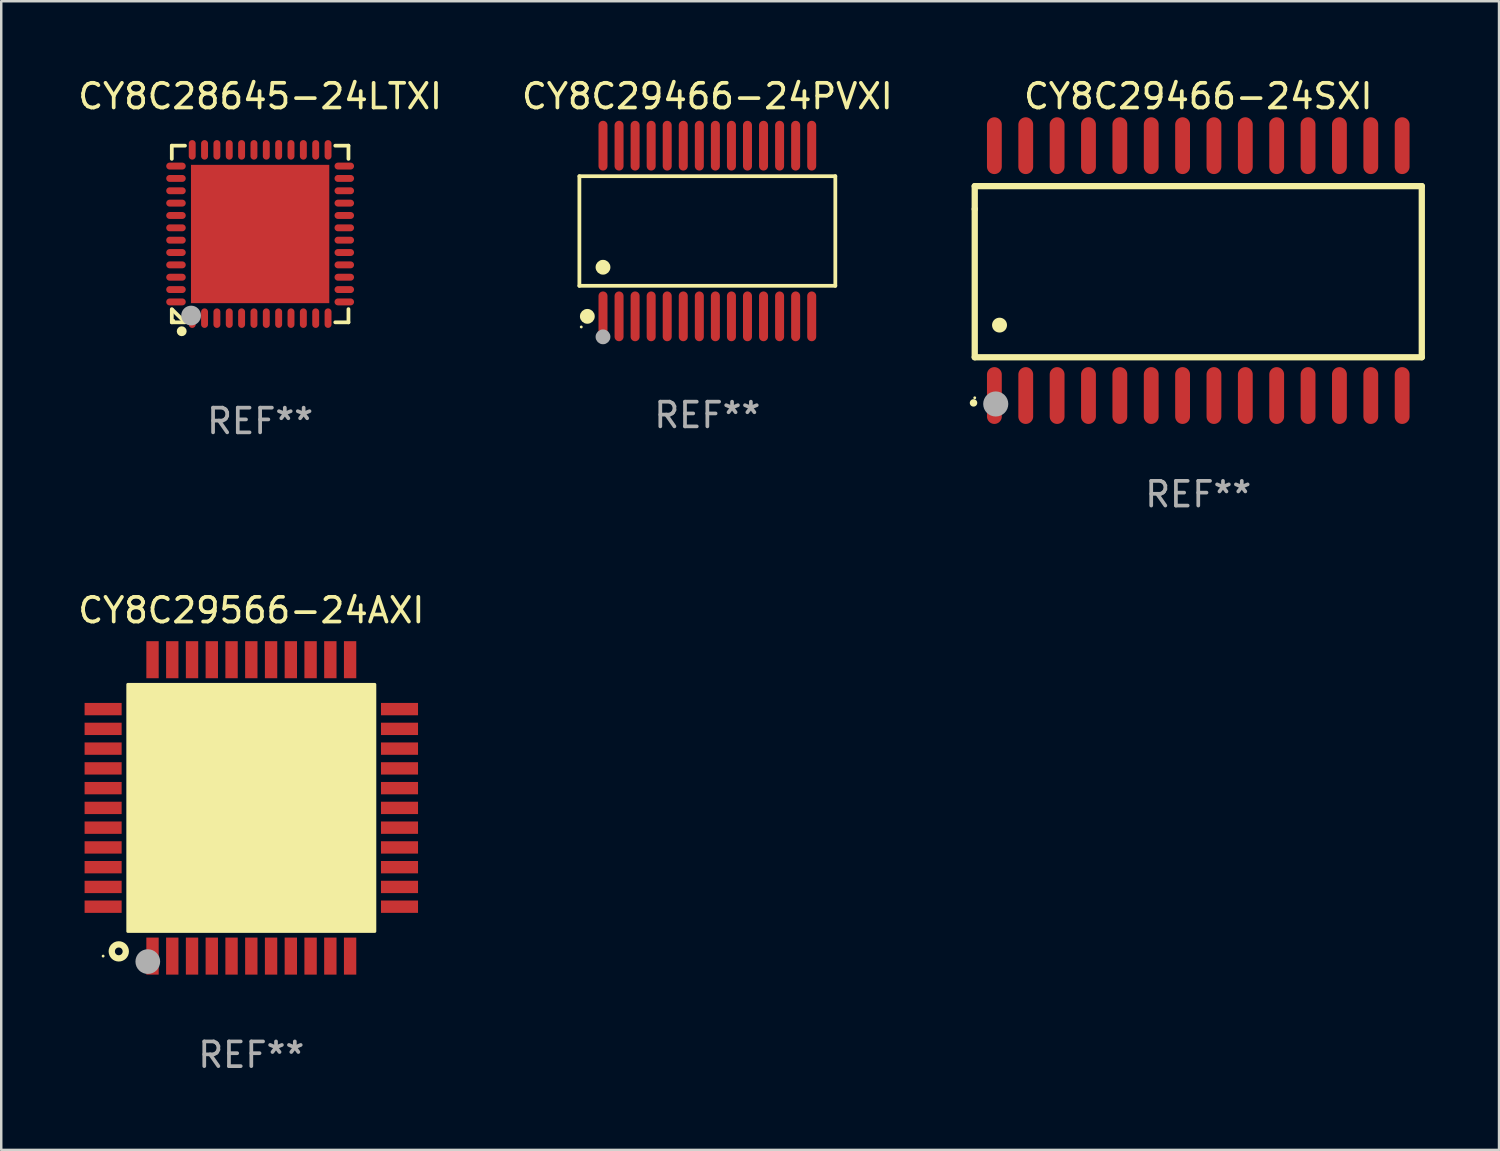
<source format=kicad_pcb>
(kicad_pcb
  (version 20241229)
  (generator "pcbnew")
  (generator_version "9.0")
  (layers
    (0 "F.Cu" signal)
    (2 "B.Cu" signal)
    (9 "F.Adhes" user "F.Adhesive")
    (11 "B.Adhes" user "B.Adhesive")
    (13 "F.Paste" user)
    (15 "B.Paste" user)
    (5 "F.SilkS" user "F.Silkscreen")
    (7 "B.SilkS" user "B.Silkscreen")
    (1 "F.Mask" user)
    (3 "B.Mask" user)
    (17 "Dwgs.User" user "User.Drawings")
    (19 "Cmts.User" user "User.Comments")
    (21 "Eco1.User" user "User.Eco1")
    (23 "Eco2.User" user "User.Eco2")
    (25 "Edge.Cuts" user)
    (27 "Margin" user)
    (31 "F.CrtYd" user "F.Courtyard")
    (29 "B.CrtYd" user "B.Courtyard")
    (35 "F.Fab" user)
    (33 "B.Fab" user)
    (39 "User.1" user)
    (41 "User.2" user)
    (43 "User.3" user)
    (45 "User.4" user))
  (footprint "CY8C29466-24PVXI"
    (layer "F.Cu")
    (at 25.589 6.303)
    (property "Reference" "CY8C29466-24PVXI" (at 0 -5.455 0) (layer "F.SilkS") (effects (font (size 1 1) (thickness 0.15))))
    (attr through_hole)
    (fp_line (start -5.181 -2.219) (end 5.181 -2.219) (stroke (width 0.152) (type solid)) (layer "F.SilkS"))
    (fp_line (start -5.181 2.219) (end -5.181 -2.219) (stroke (width 0.152) (type solid)) (layer "F.SilkS"))
    (fp_line (start 5.181 -2.219) (end 5.181 2.219) (stroke (width 0.152) (type solid)) (layer "F.SilkS"))
    (fp_line (start 5.181 2.219) (end -5.181 2.219) (stroke (width 0.152) (type solid)) (layer "F.SilkS"))
    (fp_circle (center -5.105 3.885) (end -5.075 3.885) (stroke (width 0.06) (type solid)) (fill no) (layer "F.SilkS"))
    (fp_circle (center -4.859 3.455) (end -4.709 3.455) (stroke (width 0.3) (type solid)) (fill no) (layer "F.SilkS"))
    (fp_circle (center -4.225 1.467) (end -4.075 1.467) (stroke (width 0.3) (type solid)) (fill no) (layer "F.SilkS"))
    (fp_circle (center -4.225 4.285) (end -4.075 4.285) (stroke (width 0.3) (type solid)) (fill no) (layer "F.Fab"))
    (fp_text user "REF**" (at 0 7.455 0) (layer "F.Fab") (effects (font (size 1 1) (thickness 0.15))))
    (pad "1" smd oval (at -4.225 3.455) (size 0.364 2.015) (layers "F.Cu" "F.Mask" "F.Paste"))
    (pad "2" smd oval (at -3.575 3.455) (size 0.364 2.015) (layers "F.Cu" "F.Mask" "F.Paste"))
    (pad "3" smd oval (at -2.925 3.455) (size 0.364 2.015) (layers "F.Cu" "F.Mask" "F.Paste"))
    (pad "4" smd oval (at -2.275 3.455) (size 0.364 2.015) (layers "F.Cu" "F.Mask" "F.Paste"))
    (pad "5" smd oval (at -1.625 3.455) (size 0.364 2.015) (layers "F.Cu" "F.Mask" "F.Paste"))
    (pad "6" smd oval (at -0.975 3.455) (size 0.364 2.015) (layers "F.Cu" "F.Mask" "F.Paste"))
    (pad "7" smd oval (at -0.325 3.455) (size 0.364 2.015) (layers "F.Cu" "F.Mask" "F.Paste"))
    (pad "8" smd oval (at 0.325 3.455) (size 0.364 2.015) (layers "F.Cu" "F.Mask" "F.Paste"))
    (pad "9" smd oval (at 0.975 3.455) (size 0.364 2.015) (layers "F.Cu" "F.Mask" "F.Paste"))
    (pad "10" smd oval (at 1.625 3.455) (size 0.364 2.015) (layers "F.Cu" "F.Mask" "F.Paste"))
    (pad "11" smd oval (at 2.275 3.455) (size 0.364 2.015) (layers "F.Cu" "F.Mask" "F.Paste"))
    (pad "12" smd oval (at 2.925 3.455) (size 0.364 2.015) (layers "F.Cu" "F.Mask" "F.Paste"))
    (pad "13" smd oval (at 3.575 3.455) (size 0.364 2.015) (layers "F.Cu" "F.Mask" "F.Paste"))
    (pad "14" smd oval (at 4.225 3.455) (size 0.364 2.015) (layers "F.Cu" "F.Mask" "F.Paste"))
    (pad "15" smd oval (at 4.225 -3.455) (size 0.364 2.015) (layers "F.Cu" "F.Mask" "F.Paste"))
    (pad "16" smd oval (at 3.575 -3.455) (size 0.364 2.015) (layers "F.Cu" "F.Mask" "F.Paste"))
    (pad "17" smd oval (at 2.925 -3.455) (size 0.364 2.015) (layers "F.Cu" "F.Mask" "F.Paste"))
    (pad "18" smd oval (at 2.275 -3.455) (size 0.364 2.015) (layers "F.Cu" "F.Mask" "F.Paste"))
    (pad "19" smd oval (at 1.625 -3.455) (size 0.364 2.015) (layers "F.Cu" "F.Mask" "F.Paste"))
    (pad "20" smd oval (at 0.975 -3.455) (size 0.364 2.015) (layers "F.Cu" "F.Mask" "F.Paste"))
    (pad "21" smd oval (at 0.325 -3.455) (size 0.364 2.015) (layers "F.Cu" "F.Mask" "F.Paste"))
    (pad "22" smd oval (at -0.325 -3.455) (size 0.364 2.015) (layers "F.Cu" "F.Mask" "F.Paste"))
    (pad "23" smd oval (at -0.975 -3.455) (size 0.364 2.015) (layers "F.Cu" "F.Mask" "F.Paste"))
    (pad "24" smd oval (at -1.625 -3.455) (size 0.364 2.015) (layers "F.Cu" "F.Mask" "F.Paste"))
    (pad "25" smd oval (at -2.275 -3.455) (size 0.364 2.015) (layers "F.Cu" "F.Mask" "F.Paste"))
    (pad "26" smd oval (at -2.925 -3.455) (size 0.364 2.015) (layers "F.Cu" "F.Mask" "F.Paste"))
    (pad "27" smd oval (at -3.575 -3.455) (size 0.364 2.015) (layers "F.Cu" "F.Mask" "F.Paste"))
    (pad "28" smd oval (at -4.225 -3.455) (size 0.364 2.015) (layers "F.Cu" "F.Mask" "F.Paste")))
  (footprint "CY8C28645-24LTXI"
    (layer "F.Cu")
    (at 7.482 6.424)
    (property "Reference" "CY8C28645-24LTXI" (at 0 -5.576 0) (layer "F.SilkS") (effects (font (size 1 1) (thickness 0.15))))
    (attr through_hole)
    (fp_line (start -3.576 -3.576) (end -3.576 -3.042) (stroke (width 0.152) (type solid)) (layer "F.SilkS"))
    (fp_line (start -3.576 3.576) (end -3.576 3.042) (stroke (width 0.152) (type solid)) (layer "F.SilkS"))
    (fp_line (start -3.069 3.549) (end -3.549 3.069) (stroke (width 0.152) (type solid)) (layer "F.SilkS"))
    (fp_line (start -3.042 -3.576) (end -3.576 -3.576) (stroke (width 0.152) (type solid)) (layer "F.SilkS"))
    (fp_line (start -3.042 3.576) (end -3.576 3.576) (stroke (width 0.152) (type solid)) (layer "F.SilkS"))
    (fp_line (start 3.042 -3.576) (end 3.576 -3.576) (stroke (width 0.152) (type solid)) (layer "F.SilkS"))
    (fp_line (start 3.042 3.576) (end 3.576 3.576) (stroke (width 0.152) (type solid)) (layer "F.SilkS"))
    (fp_line (start 3.576 -3.576) (end 3.576 -3.042) (stroke (width 0.152) (type solid)) (layer "F.SilkS"))
    (fp_line (start 3.576 3.576) (end 3.576 3.042) (stroke (width 0.152) (type solid)) (layer "F.SilkS"))
    (fp_circle (center -3.5 3.5) (end -3.47 3.5) (stroke (width 0.06) (type solid)) (fill no) (layer "F.SilkS"))
    (fp_circle (center -3.175 3.937) (end -3.075 3.937) (stroke (width 0.2) (type solid)) (fill no) (layer "F.SilkS"))
    (fp_circle (center -2.794 3.302) (end -2.594 3.302) (stroke (width 0.4) (type solid)) (fill no) (layer "F.Fab"))
    (fp_text user "REF**" (at 0 7.576 0) (layer "F.Fab") (effects (font (size 1 1) (thickness 0.15))))
    (pad "1" smd oval (at -2.75 3.407) (size 0.28 0.79) (layers "F.Cu" "F.Mask" "F.Paste"))
    (pad "2" smd oval (at -2.25 3.407) (size 0.28 0.79) (layers "F.Cu" "F.Mask" "F.Paste"))
    (pad "3" smd oval (at -1.75 3.407) (size 0.28 0.79) (layers "F.Cu" "F.Mask" "F.Paste"))
    (pad "4" smd oval (at -1.25 3.407) (size 0.28 0.79) (layers "F.Cu" "F.Mask" "F.Paste"))
    (pad "5" smd oval (at -0.75 3.407) (size 0.28 0.79) (layers "F.Cu" "F.Mask" "F.Paste"))
    (pad "6" smd oval (at -0.25 3.407) (size 0.28 0.79) (layers "F.Cu" "F.Mask" "F.Paste"))
    (pad "7" smd oval (at 0.25 3.407) (size 0.28 0.79) (layers "F.Cu" "F.Mask" "F.Paste"))
    (pad "8" smd oval (at 0.75 3.407) (size 0.28 0.79) (layers "F.Cu" "F.Mask" "F.Paste"))
    (pad "9" smd oval (at 1.25 3.407) (size 0.28 0.79) (layers "F.Cu" "F.Mask" "F.Paste"))
    (pad "10" smd oval (at 1.75 3.407) (size 0.28 0.79) (layers "F.Cu" "F.Mask" "F.Paste"))
    (pad "11" smd oval (at 2.25 3.407) (size 0.28 0.79) (layers "F.Cu" "F.Mask" "F.Paste"))
    (pad "12" smd oval (at 2.75 3.407) (size 0.28 0.79) (layers "F.Cu" "F.Mask" "F.Paste"))
    (pad "13" smd oval (at 3.407 2.75) (size 0.79 0.28) (layers "F.Cu" "F.Mask" "F.Paste"))
    (pad "14" smd oval (at 3.407 2.25) (size 0.79 0.28) (layers "F.Cu" "F.Mask" "F.Paste"))
    (pad "15" smd oval (at 3.407 1.75) (size 0.79 0.28) (layers "F.Cu" "F.Mask" "F.Paste"))
    (pad "16" smd oval (at 3.407 1.25) (size 0.79 0.28) (layers "F.Cu" "F.Mask" "F.Paste"))
    (pad "17" smd oval (at 3.407 0.75) (size 0.79 0.28) (layers "F.Cu" "F.Mask" "F.Paste"))
    (pad "18" smd oval (at 3.407 0.25) (size 0.79 0.28) (layers "F.Cu" "F.Mask" "F.Paste"))
    (pad "19" smd oval (at 3.407 -0.25) (size 0.79 0.28) (layers "F.Cu" "F.Mask" "F.Paste"))
    (pad "20" smd oval (at 3.407 -0.75) (size 0.79 0.28) (layers "F.Cu" "F.Mask" "F.Paste"))
    (pad "21" smd oval (at 3.407 -1.25) (size 0.79 0.28) (layers "F.Cu" "F.Mask" "F.Paste"))
    (pad "22" smd oval (at 3.407 -1.75) (size 0.79 0.28) (layers "F.Cu" "F.Mask" "F.Paste"))
    (pad "23" smd oval (at 3.407 -2.25) (size 0.79 0.28) (layers "F.Cu" "F.Mask" "F.Paste"))
    (pad "24" smd oval (at 3.407 -2.75) (size 0.79 0.28) (layers "F.Cu" "F.Mask" "F.Paste"))
    (pad "25" smd oval (at 2.75 -3.407) (size 0.28 0.79) (layers "F.Cu" "F.Mask" "F.Paste"))
    (pad "26" smd oval (at 2.25 -3.407) (size 0.28 0.79) (layers "F.Cu" "F.Mask" "F.Paste"))
    (pad "27" smd oval (at 1.75 -3.407) (size 0.28 0.79) (layers "F.Cu" "F.Mask" "F.Paste"))
    (pad "28" smd oval (at 1.25 -3.407) (size 0.28 0.79) (layers "F.Cu" "F.Mask" "F.Paste"))
    (pad "29" smd oval (at 0.75 -3.407) (size 0.28 0.79) (layers "F.Cu" "F.Mask" "F.Paste"))
    (pad "30" smd oval (at 0.25 -3.407) (size 0.28 0.79) (layers "F.Cu" "F.Mask" "F.Paste"))
    (pad "31" smd oval (at -0.25 -3.407) (size 0.28 0.79) (layers "F.Cu" "F.Mask" "F.Paste"))
    (pad "32" smd oval (at -0.75 -3.407) (size 0.28 0.79) (layers "F.Cu" "F.Mask" "F.Paste"))
    (pad "33" smd oval (at -1.25 -3.407) (size 0.28 0.79) (layers "F.Cu" "F.Mask" "F.Paste"))
    (pad "34" smd oval (at -1.75 -3.407) (size 0.28 0.79) (layers "F.Cu" "F.Mask" "F.Paste"))
    (pad "35" smd oval (at -2.25 -3.407) (size 0.28 0.79) (layers "F.Cu" "F.Mask" "F.Paste"))
    (pad "36" smd oval (at -2.75 -3.407) (size 0.28 0.79) (layers "F.Cu" "F.Mask" "F.Paste"))
    (pad "37" smd oval (at -3.407 -2.75) (size 0.79 0.28) (layers "F.Cu" "F.Mask" "F.Paste"))
    (pad "38" smd oval (at -3.407 -2.25) (size 0.79 0.28) (layers "F.Cu" "F.Mask" "F.Paste"))
    (pad "39" smd oval (at -3.407 -1.75) (size 0.79 0.28) (layers "F.Cu" "F.Mask" "F.Paste"))
    (pad "40" smd oval (at -3.407 -1.25) (size 0.79 0.28) (layers "F.Cu" "F.Mask" "F.Paste"))
    (pad "41" smd oval (at -3.407 -0.75) (size 0.79 0.28) (layers "F.Cu" "F.Mask" "F.Paste"))
    (pad "42" smd oval (at -3.407 -0.25) (size 0.79 0.28) (layers "F.Cu" "F.Mask" "F.Paste"))
    (pad "43" smd oval (at -3.407 0.25) (size 0.79 0.28) (layers "F.Cu" "F.Mask" "F.Paste"))
    (pad "44" smd oval (at -3.407 0.75) (size 0.79 0.28) (layers "F.Cu" "F.Mask" "F.Paste"))
    (pad "45" smd oval (at -3.407 1.25) (size 0.79 0.28) (layers "F.Cu" "F.Mask" "F.Paste"))
    (pad "46" smd oval (at -3.407 1.75) (size 0.79 0.28) (layers "F.Cu" "F.Mask" "F.Paste"))
    (pad "47" smd oval (at -3.407 2.25) (size 0.79 0.28) (layers "F.Cu" "F.Mask" "F.Paste"))
    (pad "48" smd oval (at -3.407 2.75) (size 0.79 0.28) (layers "F.Cu" "F.Mask" "F.Paste"))
    (pad "49" smd rect (at 0 0) (size 5.6 5.6) (layers "F.Cu" "F.Mask" "F.Paste")))
  (footprint "CY8C29566-24AXI"
    (layer "F.Cu")
    (at 7.125 29.66)
    (property "Reference" "CY8C29566-24AXI" (at 0 -8 0) (layer "F.SilkS") (effects (font (size 1 1) (thickness 0.15))))
    (attr through_hole)
    (fp_circle (center -6 6) (end -5.97 6) (stroke (width 0.06) (type solid)) (fill no) (layer "F.SilkS"))
    (fp_circle (center -5.366 5.809) (end -5.082 5.809) (stroke (width 0.254) (type solid)) (fill no) (layer "F.SilkS"))
    (fp_poly (pts (xy -5 -5) (xy 5 -5) (xy 5 5) (xy -5 5)) (stroke (width 0.12) (type solid)) (fill yes) (layer "F.SilkS"))
    (fp_circle (center -4.191 6.223) (end -3.941 6.223) (stroke (width 0.5) (type solid)) (fill no) (layer "F.Fab"))
    (fp_text user "REF**" (at 0 10 0) (layer "F.Fab") (effects (font (size 1 1) (thickness 0.15))))
    (pad "1" smd rect (at -4 6 90) (size 1.5 0.5) (layers "F.Cu" "F.Mask" "F.Paste"))
    (pad "2" smd rect (at -3.2 6 90) (size 1.5 0.5) (layers "F.Cu" "F.Mask" "F.Paste"))
    (pad "3" smd rect (at -2.4 6 90) (size 1.5 0.5) (layers "F.Cu" "F.Mask" "F.Paste"))
    (pad "4" smd rect (at -1.6 6 90) (size 1.5 0.5) (layers "F.Cu" "F.Mask" "F.Paste"))
    (pad "5" smd rect (at -0.8 6 90) (size 1.5 0.5) (layers "F.Cu" "F.Mask" "F.Paste"))
    (pad "6" smd rect (at 0 6 90) (size 1.5 0.5) (layers "F.Cu" "F.Mask" "F.Paste"))
    (pad "7" smd rect (at 0.8 6 90) (size 1.5 0.5) (layers "F.Cu" "F.Mask" "F.Paste"))
    (pad "8" smd rect (at 1.6 6 90) (size 1.5 0.5) (layers "F.Cu" "F.Mask" "F.Paste"))
    (pad "9" smd rect (at 2.4 6 90) (size 1.5 0.5) (layers "F.Cu" "F.Mask" "F.Paste"))
    (pad "10" smd rect (at 3.2 6 90) (size 1.5 0.5) (layers "F.Cu" "F.Mask" "F.Paste"))
    (pad "11" smd rect (at 4 6 90) (size 1.5 0.5) (layers "F.Cu" "F.Mask" "F.Paste"))
    (pad "12" smd rect (at 6 4 180) (size 1.5 0.5) (layers "F.Cu" "F.Mask" "F.Paste"))
    (pad "13" smd rect (at 6 3.2 180) (size 1.5 0.5) (layers "F.Cu" "F.Mask" "F.Paste"))
    (pad "14" smd rect (at 6 2.4 180) (size 1.5 0.5) (layers "F.Cu" "F.Mask" "F.Paste"))
    (pad "15" smd rect (at 6 1.6 180) (size 1.5 0.5) (layers "F.Cu" "F.Mask" "F.Paste"))
    (pad "16" smd rect (at 6 0.8 180) (size 1.5 0.5) (layers "F.Cu" "F.Mask" "F.Paste"))
    (pad "17" smd rect (at 6 0 180) (size 1.5 0.5) (layers "F.Cu" "F.Mask" "F.Paste"))
    (pad "18" smd rect (at 6 -0.8 180) (size 1.5 0.5) (layers "F.Cu" "F.Mask" "F.Paste"))
    (pad "19" smd rect (at 6 -1.6 180) (size 1.5 0.5) (layers "F.Cu" "F.Mask" "F.Paste"))
    (pad "20" smd rect (at 6 -2.4 180) (size 1.5 0.5) (layers "F.Cu" "F.Mask" "F.Paste"))
    (pad "21" smd rect (at 6 -3.2 180) (size 1.5 0.5) (layers "F.Cu" "F.Mask" "F.Paste"))
    (pad "22" smd rect (at 6 -4 180) (size 1.5 0.5) (layers "F.Cu" "F.Mask" "F.Paste"))
    (pad "23" smd rect (at 4 -6 270) (size 1.5 0.5) (layers "F.Cu" "F.Mask" "F.Paste"))
    (pad "24" smd rect (at 3.2 -6 270) (size 1.5 0.5) (layers "F.Cu" "F.Mask" "F.Paste"))
    (pad "25" smd rect (at 2.4 -6 270) (size 1.5 0.5) (layers "F.Cu" "F.Mask" "F.Paste"))
    (pad "26" smd rect (at 1.6 -6 270) (size 1.5 0.5) (layers "F.Cu" "F.Mask" "F.Paste"))
    (pad "27" smd rect (at 0.8 -6 270) (size 1.5 0.5) (layers "F.Cu" "F.Mask" "F.Paste"))
    (pad "28" smd rect (at 0 -6 270) (size 1.5 0.5) (layers "F.Cu" "F.Mask" "F.Paste"))
    (pad "29" smd rect (at -0.8 -6 270) (size 1.5 0.5) (layers "F.Cu" "F.Mask" "F.Paste"))
    (pad "30" smd rect (at -1.6 -6 270) (size 1.5 0.5) (layers "F.Cu" "F.Mask" "F.Paste"))
    (pad "31" smd rect (at -2.4 -6 270) (size 1.5 0.5) (layers "F.Cu" "F.Mask" "F.Paste"))
    (pad "32" smd rect (at -3.2 -6 270) (size 1.5 0.5) (layers "F.Cu" "F.Mask" "F.Paste"))
    (pad "33" smd rect (at -4 -6 270) (size 1.5 0.5) (layers "F.Cu" "F.Mask" "F.Paste"))
    (pad "34" smd rect (at -6 -4) (size 1.5 0.5) (layers "F.Cu" "F.Mask" "F.Paste"))
    (pad "35" smd rect (at -6 -3.2) (size 1.5 0.5) (layers "F.Cu" "F.Mask" "F.Paste"))
    (pad "36" smd rect (at -6 -2.4) (size 1.5 0.5) (layers "F.Cu" "F.Mask" "F.Paste"))
    (pad "37" smd rect (at -6 -1.6) (size 1.5 0.5) (layers "F.Cu" "F.Mask" "F.Paste"))
    (pad "38" smd rect (at -6 -0.8) (size 1.5 0.5) (layers "F.Cu" "F.Mask" "F.Paste"))
    (pad "39" smd rect (at -6 0) (size 1.5 0.5) (layers "F.Cu" "F.Mask" "F.Paste"))
    (pad "40" smd rect (at -6 0.8) (size 1.5 0.5) (layers "F.Cu" "F.Mask" "F.Paste"))
    (pad "41" smd rect (at -6 1.6) (size 1.5 0.5) (layers "F.Cu" "F.Mask" "F.Paste"))
    (pad "42" smd rect (at -6 2.4) (size 1.5 0.5) (layers "F.Cu" "F.Mask" "F.Paste"))
    (pad "43" smd rect (at -6 3.2) (size 1.5 0.5) (layers "F.Cu" "F.Mask" "F.Paste"))
    (pad "44" smd rect (at -6 4) (size 1.5 0.5) (layers "F.Cu" "F.Mask" "F.Paste")))
  (footprint "CY8C29466-24SXI"
    (layer "F.Cu")
    (at 45.465 7.906)
    (property "Reference" "CY8C29466-24SXI" (at 0 -7.058 0) (layer "F.SilkS") (effects (font (size 1 1) (thickness 0.15))))
    (attr through_hole)
    (fp_line (start -9.05 -3.42) (end 9.05 -3.42) (stroke (width 0.254) (type solid)) (layer "F.SilkS"))
    (fp_line (start -9.05 -2.492) (end -9.05 -3.42) (stroke (width 0.254) (type solid)) (layer "F.SilkS"))
    (fp_line (start -9.05 3.508) (end -9.05 -2.492) (stroke (width 0.254) (type solid)) (layer "F.SilkS"))
    (fp_line (start 9.05 -3.42) (end 9.05 3.508) (stroke (width 0.254) (type solid)) (layer "F.SilkS"))
    (fp_line (start 9.05 3.508) (end -9.05 3.508) (stroke (width 0.254) (type solid)) (layer "F.SilkS"))
    (fp_arc (start -9.100838 5.35649) (mid -9.099568 5.356485) (end -9.098298 5.35649) (stroke (width 0.3) (type solid)) (layer "F.SilkS"))
    (fp_arc (start -8.049276 2.206883) (mid -8.046736 2.206872) (end -8.044196 2.206883) (stroke (width 0.6) (type solid)) (layer "F.SilkS"))
    (fp_circle (center -9.05 5.15) (end -9.02 5.15) (stroke (width 0.06) (type solid)) (fill no) (layer "F.SilkS"))
    (fp_circle (center -8.2 5.4) (end -7.946 5.4) (stroke (width 0.508) (type solid)) (fill no) (layer "F.Fab"))
    (fp_text user "REF**" (at 0 9.058 0) (layer "F.Fab") (effects (font (size 1 1) (thickness 0.15))))
    (pad "1" smd oval (at -8.255 5.058 180) (size 0.6 2.3) (layers "F.Cu" "F.Mask" "F.Paste"))
    (pad "2" smd oval (at -6.985 5.058 180) (size 0.6 2.3) (layers "F.Cu" "F.Mask" "F.Paste"))
    (pad "3" smd oval (at -5.715 5.058 180) (size 0.6 2.3) (layers "F.Cu" "F.Mask" "F.Paste"))
    (pad "4" smd oval (at -4.445 5.058 180) (size 0.6 2.3) (layers "F.Cu" "F.Mask" "F.Paste"))
    (pad "5" smd oval (at -3.175 5.058 180) (size 0.6 2.3) (layers "F.Cu" "F.Mask" "F.Paste"))
    (pad "6" smd oval (at -1.905 5.058 180) (size 0.6 2.3) (layers "F.Cu" "F.Mask" "F.Paste"))
    (pad "7" smd oval (at -0.635 5.058 180) (size 0.6 2.3) (layers "F.Cu" "F.Mask" "F.Paste"))
    (pad "8" smd oval (at 0.635 5.058 180) (size 0.6 2.3) (layers "F.Cu" "F.Mask" "F.Paste"))
    (pad "9" smd oval (at 1.905 5.058 180) (size 0.6 2.3) (layers "F.Cu" "F.Mask" "F.Paste"))
    (pad "10" smd oval (at 3.175 5.058 180) (size 0.6 2.3) (layers "F.Cu" "F.Mask" "F.Paste"))
    (pad "11" smd oval (at 4.445 5.058 180) (size 0.6 2.3) (layers "F.Cu" "F.Mask" "F.Paste"))
    (pad "12" smd oval (at 5.715 5.058 180) (size 0.6 2.3) (layers "F.Cu" "F.Mask" "F.Paste"))
    (pad "13" smd oval (at 6.985 5.058 180) (size 0.6 2.3) (layers "F.Cu" "F.Mask" "F.Paste"))
    (pad "14" smd oval (at 8.255 5.058 180) (size 0.6 2.3) (layers "F.Cu" "F.Mask" "F.Paste"))
    (pad "15" smd oval (at 8.255 -5.058 180) (size 0.6 2.3) (layers "F.Cu" "F.Mask" "F.Paste"))
    (pad "16" smd oval (at 6.985 -5.058 180) (size 0.6 2.3) (layers "F.Cu" "F.Mask" "F.Paste"))
    (pad "17" smd oval (at 5.715 -5.058 180) (size 0.6 2.3) (layers "F.Cu" "F.Mask" "F.Paste"))
    (pad "18" smd oval (at 4.445 -5.058 180) (size 0.6 2.3) (layers "F.Cu" "F.Mask" "F.Paste"))
    (pad "19" smd oval (at 3.175 -5.058 180) (size 0.6 2.3) (layers "F.Cu" "F.Mask" "F.Paste"))
    (pad "20" smd oval (at 1.905 -5.058 180) (size 0.6 2.3) (layers "F.Cu" "F.Mask" "F.Paste"))
    (pad "21" smd oval (at 0.635 -5.058 180) (size 0.6 2.3) (layers "F.Cu" "F.Mask" "F.Paste"))
    (pad "22" smd oval (at -0.635 -5.058 180) (size 0.6 2.3) (layers "F.Cu" "F.Mask" "F.Paste"))
    (pad "23" smd oval (at -1.905 -5.058 180) (size 0.6 2.3) (layers "F.Cu" "F.Mask" "F.Paste"))
    (pad "24" smd oval (at -3.175 -5.058 180) (size 0.6 2.3) (layers "F.Cu" "F.Mask" "F.Paste"))
    (pad "25" smd oval (at -4.445 -5.058 180) (size 0.6 2.3) (layers "F.Cu" "F.Mask" "F.Paste"))
    (pad "26" smd oval (at -5.715 -5.058 180) (size 0.6 2.3) (layers "F.Cu" "F.Mask" "F.Paste"))
    (pad "27" smd oval (at -6.985 -5.058 180) (size 0.6 2.3) (layers "F.Cu" "F.Mask" "F.Paste"))
    (pad "28" smd oval (at -8.255 -5.058 180) (size 0.6 2.3) (layers "F.Cu" "F.Mask" "F.Paste")))
  (gr_rect
    (start -3 -3)
    (end 57.642 43.508)
    (stroke (width 0.1) (type default))
    (fill no)
    (layer "Edge.Cuts")))
</source>
